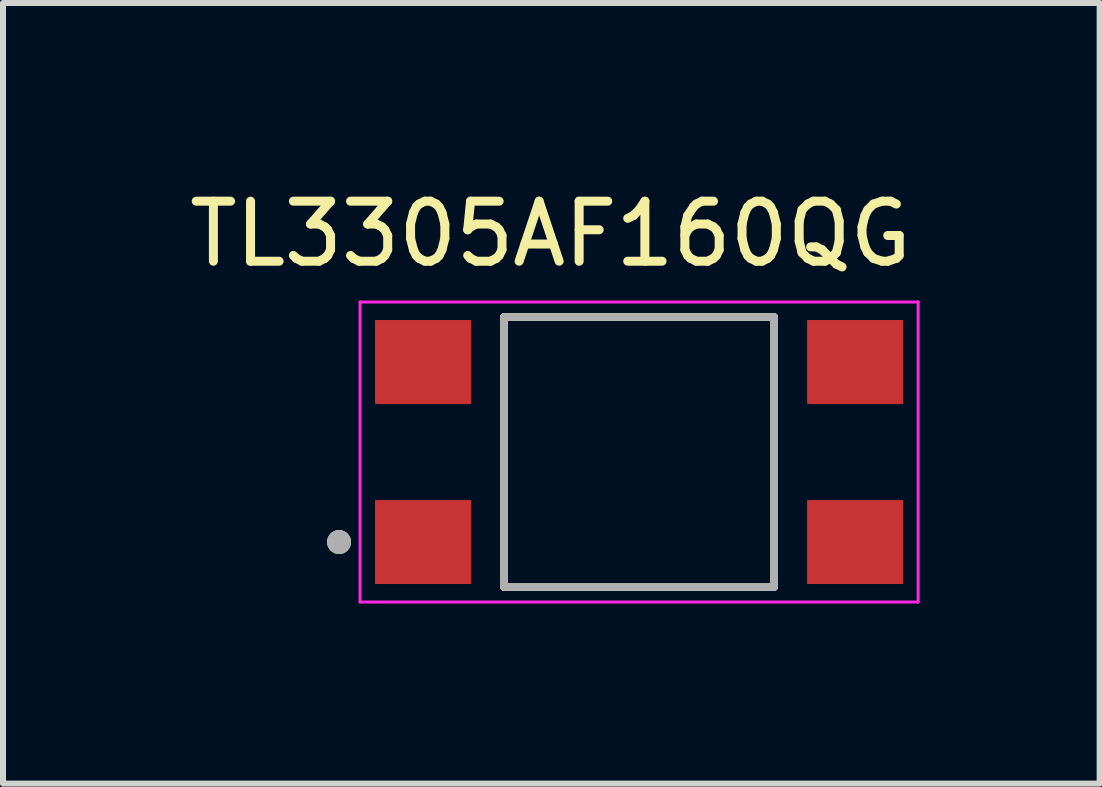
<source format=kicad_pcb>
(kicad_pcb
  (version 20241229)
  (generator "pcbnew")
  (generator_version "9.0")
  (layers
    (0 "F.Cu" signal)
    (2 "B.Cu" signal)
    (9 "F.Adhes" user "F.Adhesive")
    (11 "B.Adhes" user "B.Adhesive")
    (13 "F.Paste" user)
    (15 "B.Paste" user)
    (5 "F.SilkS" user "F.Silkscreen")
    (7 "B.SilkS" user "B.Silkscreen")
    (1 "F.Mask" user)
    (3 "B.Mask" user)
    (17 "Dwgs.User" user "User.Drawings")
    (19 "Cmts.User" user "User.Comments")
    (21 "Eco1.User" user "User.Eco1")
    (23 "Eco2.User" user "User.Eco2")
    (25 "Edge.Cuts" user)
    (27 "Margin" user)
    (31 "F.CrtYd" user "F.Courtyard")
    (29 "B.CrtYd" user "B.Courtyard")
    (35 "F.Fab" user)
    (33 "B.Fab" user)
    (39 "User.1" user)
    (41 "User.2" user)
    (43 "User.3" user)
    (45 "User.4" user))
  (footprint "TL3305AF160QG"
    (layer "F.Cu")
    (at 7.6 4.483)
    (property "Reference" "TL3305AF160QG" (at -1.475 -3.635 0) (layer "F.SilkS") (effects (font (size 1 1) (thickness 0.15))))
    (attr smd)
    (fp_line (start -2.25 -2.25) (end 2.25 -2.25) (stroke (width 0.127) (type solid)) (layer "F.SilkS"))
    (fp_line (start -2.25 2.25) (end -2.25 -2.25) (stroke (width 0.127) (type solid)) (layer "F.SilkS"))
    (fp_line (start 2.25 -2.25) (end 2.25 2.25) (stroke (width 0.127) (type solid)) (layer "F.SilkS"))
    (fp_line (start 2.25 2.25) (end -2.25 2.25) (stroke (width 0.127) (type solid)) (layer "F.SilkS"))
    (fp_circle (center -5 1.5) (end -4.9 1.5) (stroke (width 0.2) (type solid)) (fill no) (layer "F.SilkS"))
    (fp_line (start -4.65 -2.5) (end -4.65 2.5) (stroke (width 0.05) (type solid)) (layer "F.CrtYd"))
    (fp_line (start -4.65 2.5) (end 4.65 2.5) (stroke (width 0.05) (type solid)) (layer "F.CrtYd"))
    (fp_line (start 4.65 -2.5) (end -4.65 -2.5) (stroke (width 0.05) (type solid)) (layer "F.CrtYd"))
    (fp_line (start 4.65 2.5) (end 4.65 -2.5) (stroke (width 0.05) (type solid)) (layer "F.CrtYd"))
    (fp_line (start -2.25 -2.25) (end 2.25 -2.25) (stroke (width 0.127) (type solid)) (layer "F.Fab"))
    (fp_line (start -2.25 2.25) (end -2.25 -2.25) (stroke (width 0.127) (type solid)) (layer "F.Fab"))
    (fp_line (start 2.25 -2.25) (end 2.25 2.25) (stroke (width 0.127) (type solid)) (layer "F.Fab"))
    (fp_line (start 2.25 2.25) (end -2.25 2.25) (stroke (width 0.127) (type solid)) (layer "F.Fab"))
    (fp_circle (center -5 1.5) (end -4.9 1.5) (stroke (width 0.2) (type solid)) (fill no) (layer "F.Fab"))
    (pad "1" smd rect (at -3.6 1.5) (size 1.6 1.4) (layers "F.Cu" "F.Mask" "F.Paste"))
    (pad "2" smd rect (at 3.6 1.5) (size 1.6 1.4) (layers "F.Cu" "F.Mask" "F.Paste"))
    (pad "3" smd rect (at -3.6 -1.5) (size 1.6 1.4) (layers "F.Cu" "F.Mask" "F.Paste"))
    (pad "4" smd rect (at 3.6 -1.5) (size 1.6 1.4) (layers "F.Cu" "F.Mask" "F.Paste")))
  (gr_rect
    (start -3 -3)
    (end 15.275 10.008)
    (stroke (width 0.1) (type default))
    (fill no)
    (layer "Edge.Cuts")))
</source>
